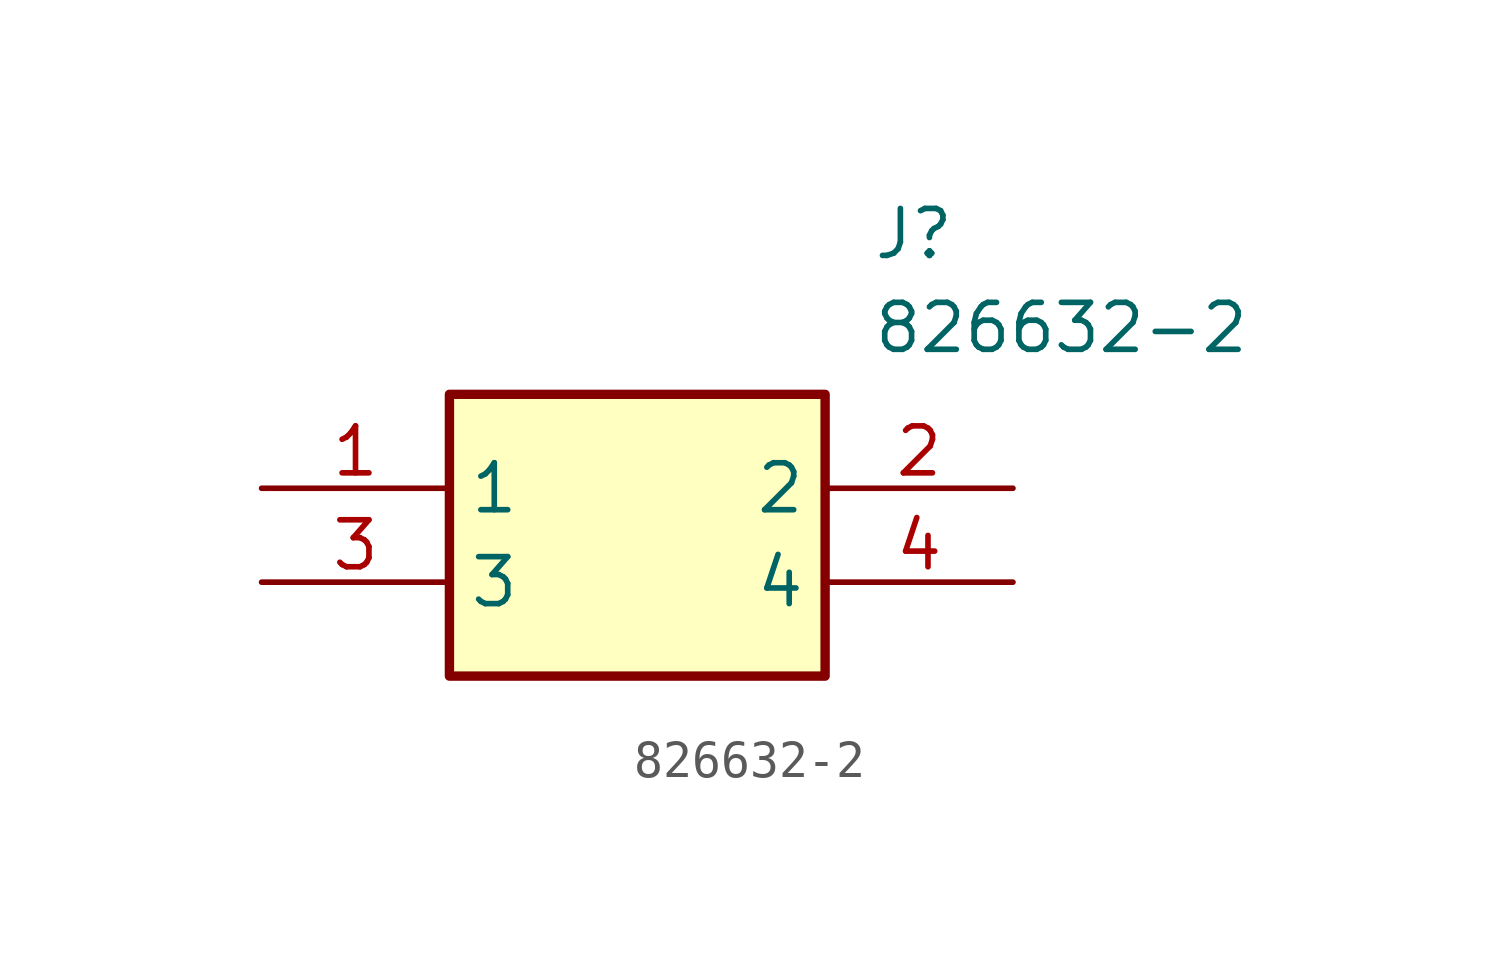
<source format=kicad_sym>
(kicad_symbol_lib
  (version 20231120)
  (generator "kicad_symbol_editor")
  (generator_version "8.0")
  (symbol "826632-2"
    (property "Reference" "J"
      (at 16.51 7.62 0)
      (effects (font (size 1.27 1.27)) (justify left top)))
    (property "Value" "826632-2"
      (at 16.51 5.08 0)
      (effects (font (size 1.27 1.27)) (justify left top)))
    (symbol "826632-2_1_1"
      (rectangle (start 5.08 2.54) (end 15.24 -5.08) (stroke (width 0.254) (type default)) (fill (type background)))
      (pin passive line (at 0 0 0) (length 5.08) (name "1" (effects (font (size 1.27 1.27)))) (number "1" (effects (font (size 1.27 1.27)))))
      (pin passive line (at 20.32 0 180) (length 5.08) (name "2" (effects (font (size 1.27 1.27)))) (number "2" (effects (font (size 1.27 1.27)))))
      (pin passive line (at 0 -2.54 0) (length 5.08) (name "3" (effects (font (size 1.27 1.27)))) (number "3" (effects (font (size 1.27 1.27)))))
      (pin passive line (at 20.32 -2.54 180) (length 5.08) (name "4" (effects (font (size 1.27 1.27)))) (number "4" (effects (font (size 1.27 1.27))))))))
</source>
